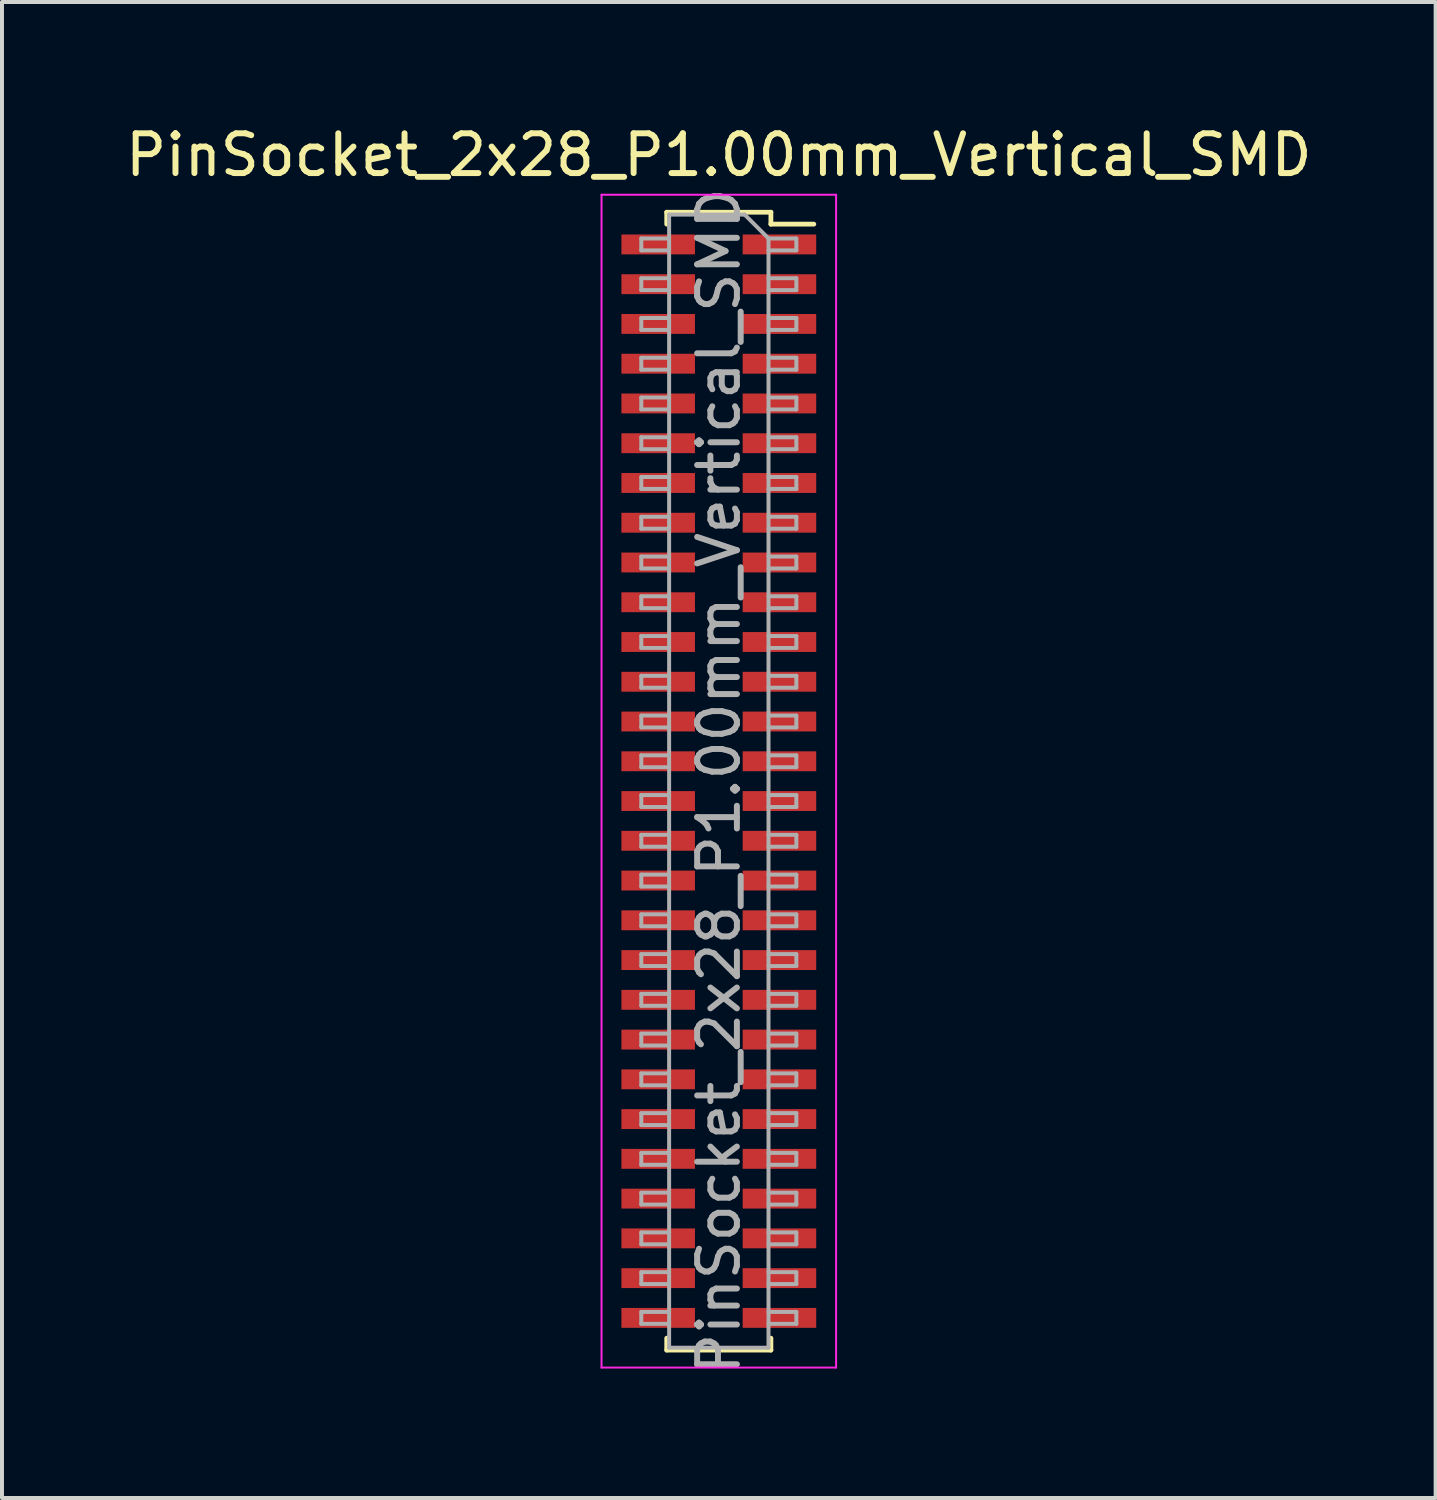
<source format=kicad_pcb>
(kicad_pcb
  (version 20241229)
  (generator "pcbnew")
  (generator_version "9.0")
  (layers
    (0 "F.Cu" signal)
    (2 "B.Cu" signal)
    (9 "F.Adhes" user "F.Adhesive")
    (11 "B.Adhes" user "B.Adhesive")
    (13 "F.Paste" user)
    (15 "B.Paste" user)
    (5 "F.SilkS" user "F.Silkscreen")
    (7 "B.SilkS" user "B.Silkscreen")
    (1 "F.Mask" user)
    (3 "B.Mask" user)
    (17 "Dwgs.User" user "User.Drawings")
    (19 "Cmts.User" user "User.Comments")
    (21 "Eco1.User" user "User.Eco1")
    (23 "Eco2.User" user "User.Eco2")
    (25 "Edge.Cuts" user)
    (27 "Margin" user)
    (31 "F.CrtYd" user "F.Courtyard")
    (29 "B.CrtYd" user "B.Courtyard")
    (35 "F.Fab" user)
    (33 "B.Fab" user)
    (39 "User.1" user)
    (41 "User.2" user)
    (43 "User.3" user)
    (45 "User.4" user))
  (footprint "PinSocket_2x28_P1.00mm_Vertical_SMD"
    (layer "F.Cu")
    (at 15.03 16.598)
    (property "Reference" "PinSocket_2x28_P1.00mm_Vertical_SMD" (at 0 -15.75 0) (layer "F.SilkS") (effects (font (size 1 1) (thickness 0.15))))
    (attr smd)
    (fp_line (start -1.31 -14.31) (end -1.31 -14.01) (stroke (width 0.12) (type solid)) (layer "F.SilkS"))
    (fp_line (start -1.31 -14.31) (end 1.31 -14.31) (stroke (width 0.12) (type solid)) (layer "F.SilkS"))
    (fp_line (start -1.31 14.01) (end -1.31 14.31) (stroke (width 0.12) (type solid)) (layer "F.SilkS"))
    (fp_line (start -1.31 14.31) (end 1.31 14.31) (stroke (width 0.12) (type solid)) (layer "F.SilkS"))
    (fp_line (start 1.31 -14.31) (end 1.31 -14.01) (stroke (width 0.12) (type solid)) (layer "F.SilkS"))
    (fp_line (start 1.31 -14.01) (end 2.39 -14.01) (stroke (width 0.12) (type solid)) (layer "F.SilkS"))
    (fp_line (start 1.31 14.01) (end 1.31 14.31) (stroke (width 0.12) (type solid)) (layer "F.SilkS"))
    (fp_line (start -2.95 -14.75) (end 2.95 -14.75) (stroke (width 0.05) (type solid)) (layer "F.CrtYd"))
    (fp_line (start -2.95 14.75) (end -2.95 -14.75) (stroke (width 0.05) (type solid)) (layer "F.CrtYd"))
    (fp_line (start 2.95 -14.75) (end 2.95 14.75) (stroke (width 0.05) (type solid)) (layer "F.CrtYd"))
    (fp_line (start 2.95 14.75) (end -2.95 14.75) (stroke (width 0.05) (type solid)) (layer "F.CrtYd"))
    (fp_line (start -1.95 -13.65) (end -1.25 -13.65) (stroke (width 0.1) (type solid)) (layer "F.Fab"))
    (fp_line (start -1.95 -13.35) (end -1.95 -13.65) (stroke (width 0.1) (type solid)) (layer "F.Fab"))
    (fp_line (start -1.95 -12.65) (end -1.25 -12.65) (stroke (width 0.1) (type solid)) (layer "F.Fab"))
    (fp_line (start -1.95 -12.35) (end -1.95 -12.65) (stroke (width 0.1) (type solid)) (layer "F.Fab"))
    (fp_line (start -1.95 -11.65) (end -1.25 -11.65) (stroke (width 0.1) (type solid)) (layer "F.Fab"))
    (fp_line (start -1.95 -11.35) (end -1.95 -11.65) (stroke (width 0.1) (type solid)) (layer "F.Fab"))
    (fp_line (start -1.95 -10.65) (end -1.25 -10.65) (stroke (width 0.1) (type solid)) (layer "F.Fab"))
    (fp_line (start -1.95 -10.35) (end -1.95 -10.65) (stroke (width 0.1) (type solid)) (layer "F.Fab"))
    (fp_line (start -1.95 -9.65) (end -1.25 -9.65) (stroke (width 0.1) (type solid)) (layer "F.Fab"))
    (fp_line (start -1.95 -9.35) (end -1.95 -9.65) (stroke (width 0.1) (type solid)) (layer "F.Fab"))
    (fp_line (start -1.95 -8.65) (end -1.25 -8.65) (stroke (width 0.1) (type solid)) (layer "F.Fab"))
    (fp_line (start -1.95 -8.35) (end -1.95 -8.65) (stroke (width 0.1) (type solid)) (layer "F.Fab"))
    (fp_line (start -1.95 -7.65) (end -1.25 -7.65) (stroke (width 0.1) (type solid)) (layer "F.Fab"))
    (fp_line (start -1.95 -7.35) (end -1.95 -7.65) (stroke (width 0.1) (type solid)) (layer "F.Fab"))
    (fp_line (start -1.95 -6.65) (end -1.25 -6.65) (stroke (width 0.1) (type solid)) (layer "F.Fab"))
    (fp_line (start -1.95 -6.35) (end -1.95 -6.65) (stroke (width 0.1) (type solid)) (layer "F.Fab"))
    (fp_line (start -1.95 -5.65) (end -1.25 -5.65) (stroke (width 0.1) (type solid)) (layer "F.Fab"))
    (fp_line (start -1.95 -5.35) (end -1.95 -5.65) (stroke (width 0.1) (type solid)) (layer "F.Fab"))
    (fp_line (start -1.95 -4.65) (end -1.25 -4.65) (stroke (width 0.1) (type solid)) (layer "F.Fab"))
    (fp_line (start -1.95 -4.35) (end -1.95 -4.65) (stroke (width 0.1) (type solid)) (layer "F.Fab"))
    (fp_line (start -1.95 -3.65) (end -1.25 -3.65) (stroke (width 0.1) (type solid)) (layer "F.Fab"))
    (fp_line (start -1.95 -3.35) (end -1.95 -3.65) (stroke (width 0.1) (type solid)) (layer "F.Fab"))
    (fp_line (start -1.95 -2.65) (end -1.25 -2.65) (stroke (width 0.1) (type solid)) (layer "F.Fab"))
    (fp_line (start -1.95 -2.35) (end -1.95 -2.65) (stroke (width 0.1) (type solid)) (layer "F.Fab"))
    (fp_line (start -1.95 -1.65) (end -1.25 -1.65) (stroke (width 0.1) (type solid)) (layer "F.Fab"))
    (fp_line (start -1.95 -1.35) (end -1.95 -1.65) (stroke (width 0.1) (type solid)) (layer "F.Fab"))
    (fp_line (start -1.95 -0.65) (end -1.25 -0.65) (stroke (width 0.1) (type solid)) (layer "F.Fab"))
    (fp_line (start -1.95 -0.35) (end -1.95 -0.65) (stroke (width 0.1) (type solid)) (layer "F.Fab"))
    (fp_line (start -1.95 0.35) (end -1.25 0.35) (stroke (width 0.1) (type solid)) (layer "F.Fab"))
    (fp_line (start -1.95 0.65) (end -1.95 0.35) (stroke (width 0.1) (type solid)) (layer "F.Fab"))
    (fp_line (start -1.95 1.35) (end -1.25 1.35) (stroke (width 0.1) (type solid)) (layer "F.Fab"))
    (fp_line (start -1.95 1.65) (end -1.95 1.35) (stroke (width 0.1) (type solid)) (layer "F.Fab"))
    (fp_line (start -1.95 2.35) (end -1.25 2.35) (stroke (width 0.1) (type solid)) (layer "F.Fab"))
    (fp_line (start -1.95 2.65) (end -1.95 2.35) (stroke (width 0.1) (type solid)) (layer "F.Fab"))
    (fp_line (start -1.95 3.35) (end -1.25 3.35) (stroke (width 0.1) (type solid)) (layer "F.Fab"))
    (fp_line (start -1.95 3.65) (end -1.95 3.35) (stroke (width 0.1) (type solid)) (layer "F.Fab"))
    (fp_line (start -1.95 4.35) (end -1.25 4.35) (stroke (width 0.1) (type solid)) (layer "F.Fab"))
    (fp_line (start -1.95 4.65) (end -1.95 4.35) (stroke (width 0.1) (type solid)) (layer "F.Fab"))
    (fp_line (start -1.95 5.35) (end -1.25 5.35) (stroke (width 0.1) (type solid)) (layer "F.Fab"))
    (fp_line (start -1.95 5.65) (end -1.95 5.35) (stroke (width 0.1) (type solid)) (layer "F.Fab"))
    (fp_line (start -1.95 6.35) (end -1.25 6.35) (stroke (width 0.1) (type solid)) (layer "F.Fab"))
    (fp_line (start -1.95 6.65) (end -1.95 6.35) (stroke (width 0.1) (type solid)) (layer "F.Fab"))
    (fp_line (start -1.95 7.35) (end -1.25 7.35) (stroke (width 0.1) (type solid)) (layer "F.Fab"))
    (fp_line (start -1.95 7.65) (end -1.95 7.35) (stroke (width 0.1) (type solid)) (layer "F.Fab"))
    (fp_line (start -1.95 8.35) (end -1.25 8.35) (stroke (width 0.1) (type solid)) (layer "F.Fab"))
    (fp_line (start -1.95 8.65) (end -1.95 8.35) (stroke (width 0.1) (type solid)) (layer "F.Fab"))
    (fp_line (start -1.95 9.35) (end -1.25 9.35) (stroke (width 0.1) (type solid)) (layer "F.Fab"))
    (fp_line (start -1.95 9.65) (end -1.95 9.35) (stroke (width 0.1) (type solid)) (layer "F.Fab"))
    (fp_line (start -1.95 10.35) (end -1.25 10.35) (stroke (width 0.1) (type solid)) (layer "F.Fab"))
    (fp_line (start -1.95 10.65) (end -1.95 10.35) (stroke (width 0.1) (type solid)) (layer "F.Fab"))
    (fp_line (start -1.95 11.35) (end -1.25 11.35) (stroke (width 0.1) (type solid)) (layer "F.Fab"))
    (fp_line (start -1.95 11.65) (end -1.95 11.35) (stroke (width 0.1) (type solid)) (layer "F.Fab"))
    (fp_line (start -1.95 12.35) (end -1.25 12.35) (stroke (width 0.1) (type solid)) (layer "F.Fab"))
    (fp_line (start -1.95 12.65) (end -1.95 12.35) (stroke (width 0.1) (type solid)) (layer "F.Fab"))
    (fp_line (start -1.95 13.35) (end -1.25 13.35) (stroke (width 0.1) (type solid)) (layer "F.Fab"))
    (fp_line (start -1.95 13.65) (end -1.95 13.35) (stroke (width 0.1) (type solid)) (layer "F.Fab"))
    (fp_line (start -1.25 -14.25) (end 0.65 -14.25) (stroke (width 0.1) (type solid)) (layer "F.Fab"))
    (fp_line (start -1.25 -13.35) (end -1.95 -13.35) (stroke (width 0.1) (type solid)) (layer "F.Fab"))
    (fp_line (start -1.25 -12.35) (end -1.95 -12.35) (stroke (width 0.1) (type solid)) (layer "F.Fab"))
    (fp_line (start -1.25 -11.35) (end -1.95 -11.35) (stroke (width 0.1) (type solid)) (layer "F.Fab"))
    (fp_line (start -1.25 -10.35) (end -1.95 -10.35) (stroke (width 0.1) (type solid)) (layer "F.Fab"))
    (fp_line (start -1.25 -9.35) (end -1.95 -9.35) (stroke (width 0.1) (type solid)) (layer "F.Fab"))
    (fp_line (start -1.25 -8.35) (end -1.95 -8.35) (stroke (width 0.1) (type solid)) (layer "F.Fab"))
    (fp_line (start -1.25 -7.35) (end -1.95 -7.35) (stroke (width 0.1) (type solid)) (layer "F.Fab"))
    (fp_line (start -1.25 -6.35) (end -1.95 -6.35) (stroke (width 0.1) (type solid)) (layer "F.Fab"))
    (fp_line (start -1.25 -5.35) (end -1.95 -5.35) (stroke (width 0.1) (type solid)) (layer "F.Fab"))
    (fp_line (start -1.25 -4.35) (end -1.95 -4.35) (stroke (width 0.1) (type solid)) (layer "F.Fab"))
    (fp_line (start -1.25 -3.35) (end -1.95 -3.35) (stroke (width 0.1) (type solid)) (layer "F.Fab"))
    (fp_line (start -1.25 -2.35) (end -1.95 -2.35) (stroke (width 0.1) (type solid)) (layer "F.Fab"))
    (fp_line (start -1.25 -1.35) (end -1.95 -1.35) (stroke (width 0.1) (type solid)) (layer "F.Fab"))
    (fp_line (start -1.25 -0.35) (end -1.95 -0.35) (stroke (width 0.1) (type solid)) (layer "F.Fab"))
    (fp_line (start -1.25 0.65) (end -1.95 0.65) (stroke (width 0.1) (type solid)) (layer "F.Fab"))
    (fp_line (start -1.25 1.65) (end -1.95 1.65) (stroke (width 0.1) (type solid)) (layer "F.Fab"))
    (fp_line (start -1.25 2.65) (end -1.95 2.65) (stroke (width 0.1) (type solid)) (layer "F.Fab"))
    (fp_line (start -1.25 3.65) (end -1.95 3.65) (stroke (width 0.1) (type solid)) (layer "F.Fab"))
    (fp_line (start -1.25 4.65) (end -1.95 4.65) (stroke (width 0.1) (type solid)) (layer "F.Fab"))
    (fp_line (start -1.25 5.65) (end -1.95 5.65) (stroke (width 0.1) (type solid)) (layer "F.Fab"))
    (fp_line (start -1.25 6.65) (end -1.95 6.65) (stroke (width 0.1) (type solid)) (layer "F.Fab"))
    (fp_line (start -1.25 7.65) (end -1.95 7.65) (stroke (width 0.1) (type solid)) (layer "F.Fab"))
    (fp_line (start -1.25 8.65) (end -1.95 8.65) (stroke (width 0.1) (type solid)) (layer "F.Fab"))
    (fp_line (start -1.25 9.65) (end -1.95 9.65) (stroke (width 0.1) (type solid)) (layer "F.Fab"))
    (fp_line (start -1.25 10.65) (end -1.95 10.65) (stroke (width 0.1) (type solid)) (layer "F.Fab"))
    (fp_line (start -1.25 11.65) (end -1.95 11.65) (stroke (width 0.1) (type solid)) (layer "F.Fab"))
    (fp_line (start -1.25 12.65) (end -1.95 12.65) (stroke (width 0.1) (type solid)) (layer "F.Fab"))
    (fp_line (start -1.25 13.65) (end -1.95 13.65) (stroke (width 0.1) (type solid)) (layer "F.Fab"))
    (fp_line (start -1.25 14.25) (end -1.25 -14.25) (stroke (width 0.1) (type solid)) (layer "F.Fab"))
    (fp_line (start 0.65 -14.25) (end 1.25 -13.65) (stroke (width 0.1) (type solid)) (layer "F.Fab"))
    (fp_line (start 1.25 -13.65) (end 1.25 14.25) (stroke (width 0.1) (type solid)) (layer "F.Fab"))
    (fp_line (start 1.25 -13.65) (end 1.95 -13.65) (stroke (width 0.1) (type solid)) (layer "F.Fab"))
    (fp_line (start 1.25 -12.65) (end 1.95 -12.65) (stroke (width 0.1) (type solid)) (layer "F.Fab"))
    (fp_line (start 1.25 -11.65) (end 1.95 -11.65) (stroke (width 0.1) (type solid)) (layer "F.Fab"))
    (fp_line (start 1.25 -10.65) (end 1.95 -10.65) (stroke (width 0.1) (type solid)) (layer "F.Fab"))
    (fp_line (start 1.25 -9.65) (end 1.95 -9.65) (stroke (width 0.1) (type solid)) (layer "F.Fab"))
    (fp_line (start 1.25 -8.65) (end 1.95 -8.65) (stroke (width 0.1) (type solid)) (layer "F.Fab"))
    (fp_line (start 1.25 -7.65) (end 1.95 -7.65) (stroke (width 0.1) (type solid)) (layer "F.Fab"))
    (fp_line (start 1.25 -6.65) (end 1.95 -6.65) (stroke (width 0.1) (type solid)) (layer "F.Fab"))
    (fp_line (start 1.25 -5.65) (end 1.95 -5.65) (stroke (width 0.1) (type solid)) (layer "F.Fab"))
    (fp_line (start 1.25 -4.65) (end 1.95 -4.65) (stroke (width 0.1) (type solid)) (layer "F.Fab"))
    (fp_line (start 1.25 -3.65) (end 1.95 -3.65) (stroke (width 0.1) (type solid)) (layer "F.Fab"))
    (fp_line (start 1.25 -2.65) (end 1.95 -2.65) (stroke (width 0.1) (type solid)) (layer "F.Fab"))
    (fp_line (start 1.25 -1.65) (end 1.95 -1.65) (stroke (width 0.1) (type solid)) (layer "F.Fab"))
    (fp_line (start 1.25 -0.65) (end 1.95 -0.65) (stroke (width 0.1) (type solid)) (layer "F.Fab"))
    (fp_line (start 1.25 0.35) (end 1.95 0.35) (stroke (width 0.1) (type solid)) (layer "F.Fab"))
    (fp_line (start 1.25 1.35) (end 1.95 1.35) (stroke (width 0.1) (type solid)) (layer "F.Fab"))
    (fp_line (start 1.25 2.35) (end 1.95 2.35) (stroke (width 0.1) (type solid)) (layer "F.Fab"))
    (fp_line (start 1.25 3.35) (end 1.95 3.35) (stroke (width 0.1) (type solid)) (layer "F.Fab"))
    (fp_line (start 1.25 4.35) (end 1.95 4.35) (stroke (width 0.1) (type solid)) (layer "F.Fab"))
    (fp_line (start 1.25 5.35) (end 1.95 5.35) (stroke (width 0.1) (type solid)) (layer "F.Fab"))
    (fp_line (start 1.25 6.35) (end 1.95 6.35) (stroke (width 0.1) (type solid)) (layer "F.Fab"))
    (fp_line (start 1.25 7.35) (end 1.95 7.35) (stroke (width 0.1) (type solid)) (layer "F.Fab"))
    (fp_line (start 1.25 8.35) (end 1.95 8.35) (stroke (width 0.1) (type solid)) (layer "F.Fab"))
    (fp_line (start 1.25 9.35) (end 1.95 9.35) (stroke (width 0.1) (type solid)) (layer "F.Fab"))
    (fp_line (start 1.25 10.35) (end 1.95 10.35) (stroke (width 0.1) (type solid)) (layer "F.Fab"))
    (fp_line (start 1.25 11.35) (end 1.95 11.35) (stroke (width 0.1) (type solid)) (layer "F.Fab"))
    (fp_line (start 1.25 12.35) (end 1.95 12.35) (stroke (width 0.1) (type solid)) (layer "F.Fab"))
    (fp_line (start 1.25 13.35) (end 1.95 13.35) (stroke (width 0.1) (type solid)) (layer "F.Fab"))
    (fp_line (start 1.25 14.25) (end -1.25 14.25) (stroke (width 0.1) (type solid)) (layer "F.Fab"))
    (fp_line (start 1.95 -13.65) (end 1.95 -13.35) (stroke (width 0.1) (type solid)) (layer "F.Fab"))
    (fp_line (start 1.95 -13.35) (end 1.25 -13.35) (stroke (width 0.1) (type solid)) (layer "F.Fab"))
    (fp_line (start 1.95 -12.65) (end 1.95 -12.35) (stroke (width 0.1) (type solid)) (layer "F.Fab"))
    (fp_line (start 1.95 -12.35) (end 1.25 -12.35) (stroke (width 0.1) (type solid)) (layer "F.Fab"))
    (fp_line (start 1.95 -11.65) (end 1.95 -11.35) (stroke (width 0.1) (type solid)) (layer "F.Fab"))
    (fp_line (start 1.95 -11.35) (end 1.25 -11.35) (stroke (width 0.1) (type solid)) (layer "F.Fab"))
    (fp_line (start 1.95 -10.65) (end 1.95 -10.35) (stroke (width 0.1) (type solid)) (layer "F.Fab"))
    (fp_line (start 1.95 -10.35) (end 1.25 -10.35) (stroke (width 0.1) (type solid)) (layer "F.Fab"))
    (fp_line (start 1.95 -9.65) (end 1.95 -9.35) (stroke (width 0.1) (type solid)) (layer "F.Fab"))
    (fp_line (start 1.95 -9.35) (end 1.25 -9.35) (stroke (width 0.1) (type solid)) (layer "F.Fab"))
    (fp_line (start 1.95 -8.65) (end 1.95 -8.35) (stroke (width 0.1) (type solid)) (layer "F.Fab"))
    (fp_line (start 1.95 -8.35) (end 1.25 -8.35) (stroke (width 0.1) (type solid)) (layer "F.Fab"))
    (fp_line (start 1.95 -7.65) (end 1.95 -7.35) (stroke (width 0.1) (type solid)) (layer "F.Fab"))
    (fp_line (start 1.95 -7.35) (end 1.25 -7.35) (stroke (width 0.1) (type solid)) (layer "F.Fab"))
    (fp_line (start 1.95 -6.65) (end 1.95 -6.35) (stroke (width 0.1) (type solid)) (layer "F.Fab"))
    (fp_line (start 1.95 -6.35) (end 1.25 -6.35) (stroke (width 0.1) (type solid)) (layer "F.Fab"))
    (fp_line (start 1.95 -5.65) (end 1.95 -5.35) (stroke (width 0.1) (type solid)) (layer "F.Fab"))
    (fp_line (start 1.95 -5.35) (end 1.25 -5.35) (stroke (width 0.1) (type solid)) (layer "F.Fab"))
    (fp_line (start 1.95 -4.65) (end 1.95 -4.35) (stroke (width 0.1) (type solid)) (layer "F.Fab"))
    (fp_line (start 1.95 -4.35) (end 1.25 -4.35) (stroke (width 0.1) (type solid)) (layer "F.Fab"))
    (fp_line (start 1.95 -3.65) (end 1.95 -3.35) (stroke (width 0.1) (type solid)) (layer "F.Fab"))
    (fp_line (start 1.95 -3.35) (end 1.25 -3.35) (stroke (width 0.1) (type solid)) (layer "F.Fab"))
    (fp_line (start 1.95 -2.65) (end 1.95 -2.35) (stroke (width 0.1) (type solid)) (layer "F.Fab"))
    (fp_line (start 1.95 -2.35) (end 1.25 -2.35) (stroke (width 0.1) (type solid)) (layer "F.Fab"))
    (fp_line (start 1.95 -1.65) (end 1.95 -1.35) (stroke (width 0.1) (type solid)) (layer "F.Fab"))
    (fp_line (start 1.95 -1.35) (end 1.25 -1.35) (stroke (width 0.1) (type solid)) (layer "F.Fab"))
    (fp_line (start 1.95 -0.65) (end 1.95 -0.35) (stroke (width 0.1) (type solid)) (layer "F.Fab"))
    (fp_line (start 1.95 -0.35) (end 1.25 -0.35) (stroke (width 0.1) (type solid)) (layer "F.Fab"))
    (fp_line (start 1.95 0.35) (end 1.95 0.65) (stroke (width 0.1) (type solid)) (layer "F.Fab"))
    (fp_line (start 1.95 0.65) (end 1.25 0.65) (stroke (width 0.1) (type solid)) (layer "F.Fab"))
    (fp_line (start 1.95 1.35) (end 1.95 1.65) (stroke (width 0.1) (type solid)) (layer "F.Fab"))
    (fp_line (start 1.95 1.65) (end 1.25 1.65) (stroke (width 0.1) (type solid)) (layer "F.Fab"))
    (fp_line (start 1.95 2.35) (end 1.95 2.65) (stroke (width 0.1) (type solid)) (layer "F.Fab"))
    (fp_line (start 1.95 2.65) (end 1.25 2.65) (stroke (width 0.1) (type solid)) (layer "F.Fab"))
    (fp_line (start 1.95 3.35) (end 1.95 3.65) (stroke (width 0.1) (type solid)) (layer "F.Fab"))
    (fp_line (start 1.95 3.65) (end 1.25 3.65) (stroke (width 0.1) (type solid)) (layer "F.Fab"))
    (fp_line (start 1.95 4.35) (end 1.95 4.65) (stroke (width 0.1) (type solid)) (layer "F.Fab"))
    (fp_line (start 1.95 4.65) (end 1.25 4.65) (stroke (width 0.1) (type solid)) (layer "F.Fab"))
    (fp_line (start 1.95 5.35) (end 1.95 5.65) (stroke (width 0.1) (type solid)) (layer "F.Fab"))
    (fp_line (start 1.95 5.65) (end 1.25 5.65) (stroke (width 0.1) (type solid)) (layer "F.Fab"))
    (fp_line (start 1.95 6.35) (end 1.95 6.65) (stroke (width 0.1) (type solid)) (layer "F.Fab"))
    (fp_line (start 1.95 6.65) (end 1.25 6.65) (stroke (width 0.1) (type solid)) (layer "F.Fab"))
    (fp_line (start 1.95 7.35) (end 1.95 7.65) (stroke (width 0.1) (type solid)) (layer "F.Fab"))
    (fp_line (start 1.95 7.65) (end 1.25 7.65) (stroke (width 0.1) (type solid)) (layer "F.Fab"))
    (fp_line (start 1.95 8.35) (end 1.95 8.65) (stroke (width 0.1) (type solid)) (layer "F.Fab"))
    (fp_line (start 1.95 8.65) (end 1.25 8.65) (stroke (width 0.1) (type solid)) (layer "F.Fab"))
    (fp_line (start 1.95 9.35) (end 1.95 9.65) (stroke (width 0.1) (type solid)) (layer "F.Fab"))
    (fp_line (start 1.95 9.65) (end 1.25 9.65) (stroke (width 0.1) (type solid)) (layer "F.Fab"))
    (fp_line (start 1.95 10.35) (end 1.95 10.65) (stroke (width 0.1) (type solid)) (layer "F.Fab"))
    (fp_line (start 1.95 10.65) (end 1.25 10.65) (stroke (width 0.1) (type solid)) (layer "F.Fab"))
    (fp_line (start 1.95 11.35) (end 1.95 11.65) (stroke (width 0.1) (type solid)) (layer "F.Fab"))
    (fp_line (start 1.95 11.65) (end 1.25 11.65) (stroke (width 0.1) (type solid)) (layer "F.Fab"))
    (fp_line (start 1.95 12.35) (end 1.95 12.65) (stroke (width 0.1) (type solid)) (layer "F.Fab"))
    (fp_line (start 1.95 12.65) (end 1.25 12.65) (stroke (width 0.1) (type solid)) (layer "F.Fab"))
    (fp_line (start 1.95 13.35) (end 1.95 13.65) (stroke (width 0.1) (type solid)) (layer "F.Fab"))
    (fp_line (start 1.95 13.65) (end 1.25 13.65) (stroke (width 0.1) (type solid)) (layer "F.Fab"))
    (fp_text user "${REFERENCE}" (at 0 0 90) (layer "F.Fab") (effects (font (size 1 1) (thickness 0.15))))
    (pad "1" smd rect (at 1.525 -13.5) (size 1.85 0.5) (layers "F.Cu" "F.Mask" "F.Paste"))
    (pad "2" smd rect (at -1.525 -13.5) (size 1.85 0.5) (layers "F.Cu" "F.Mask" "F.Paste"))
    (pad "3" smd rect (at 1.525 -12.5) (size 1.85 0.5) (layers "F.Cu" "F.Mask" "F.Paste"))
    (pad "4" smd rect (at -1.525 -12.5) (size 1.85 0.5) (layers "F.Cu" "F.Mask" "F.Paste"))
    (pad "5" smd rect (at 1.525 -11.5) (size 1.85 0.5) (layers "F.Cu" "F.Mask" "F.Paste"))
    (pad "6" smd rect (at -1.525 -11.5) (size 1.85 0.5) (layers "F.Cu" "F.Mask" "F.Paste"))
    (pad "7" smd rect (at 1.525 -10.5) (size 1.85 0.5) (layers "F.Cu" "F.Mask" "F.Paste"))
    (pad "8" smd rect (at -1.525 -10.5) (size 1.85 0.5) (layers "F.Cu" "F.Mask" "F.Paste"))
    (pad "9" smd rect (at 1.525 -9.5) (size 1.85 0.5) (layers "F.Cu" "F.Mask" "F.Paste"))
    (pad "10" smd rect (at -1.525 -9.5) (size 1.85 0.5) (layers "F.Cu" "F.Mask" "F.Paste"))
    (pad "11" smd rect (at 1.525 -8.5) (size 1.85 0.5) (layers "F.Cu" "F.Mask" "F.Paste"))
    (pad "12" smd rect (at -1.525 -8.5) (size 1.85 0.5) (layers "F.Cu" "F.Mask" "F.Paste"))
    (pad "13" smd rect (at 1.525 -7.5) (size 1.85 0.5) (layers "F.Cu" "F.Mask" "F.Paste"))
    (pad "14" smd rect (at -1.525 -7.5) (size 1.85 0.5) (layers "F.Cu" "F.Mask" "F.Paste"))
    (pad "15" smd rect (at 1.525 -6.5) (size 1.85 0.5) (layers "F.Cu" "F.Mask" "F.Paste"))
    (pad "16" smd rect (at -1.525 -6.5) (size 1.85 0.5) (layers "F.Cu" "F.Mask" "F.Paste"))
    (pad "17" smd rect (at 1.525 -5.5) (size 1.85 0.5) (layers "F.Cu" "F.Mask" "F.Paste"))
    (pad "18" smd rect (at -1.525 -5.5) (size 1.85 0.5) (layers "F.Cu" "F.Mask" "F.Paste"))
    (pad "19" smd rect (at 1.525 -4.5) (size 1.85 0.5) (layers "F.Cu" "F.Mask" "F.Paste"))
    (pad "20" smd rect (at -1.525 -4.5) (size 1.85 0.5) (layers "F.Cu" "F.Mask" "F.Paste"))
    (pad "21" smd rect (at 1.525 -3.5) (size 1.85 0.5) (layers "F.Cu" "F.Mask" "F.Paste"))
    (pad "22" smd rect (at -1.525 -3.5) (size 1.85 0.5) (layers "F.Cu" "F.Mask" "F.Paste"))
    (pad "23" smd rect (at 1.525 -2.5) (size 1.85 0.5) (layers "F.Cu" "F.Mask" "F.Paste"))
    (pad "24" smd rect (at -1.525 -2.5) (size 1.85 0.5) (layers "F.Cu" "F.Mask" "F.Paste"))
    (pad "25" smd rect (at 1.525 -1.5) (size 1.85 0.5) (layers "F.Cu" "F.Mask" "F.Paste"))
    (pad "26" smd rect (at -1.525 -1.5) (size 1.85 0.5) (layers "F.Cu" "F.Mask" "F.Paste"))
    (pad "27" smd rect (at 1.525 -0.5) (size 1.85 0.5) (layers "F.Cu" "F.Mask" "F.Paste"))
    (pad "28" smd rect (at -1.525 -0.5) (size 1.85 0.5) (layers "F.Cu" "F.Mask" "F.Paste"))
    (pad "29" smd rect (at 1.525 0.5) (size 1.85 0.5) (layers "F.Cu" "F.Mask" "F.Paste"))
    (pad "30" smd rect (at -1.525 0.5) (size 1.85 0.5) (layers "F.Cu" "F.Mask" "F.Paste"))
    (pad "31" smd rect (at 1.525 1.5) (size 1.85 0.5) (layers "F.Cu" "F.Mask" "F.Paste"))
    (pad "32" smd rect (at -1.525 1.5) (size 1.85 0.5) (layers "F.Cu" "F.Mask" "F.Paste"))
    (pad "33" smd rect (at 1.525 2.5) (size 1.85 0.5) (layers "F.Cu" "F.Mask" "F.Paste"))
    (pad "34" smd rect (at -1.525 2.5) (size 1.85 0.5) (layers "F.Cu" "F.Mask" "F.Paste"))
    (pad "35" smd rect (at 1.525 3.5) (size 1.85 0.5) (layers "F.Cu" "F.Mask" "F.Paste"))
    (pad "36" smd rect (at -1.525 3.5) (size 1.85 0.5) (layers "F.Cu" "F.Mask" "F.Paste"))
    (pad "37" smd rect (at 1.525 4.5) (size 1.85 0.5) (layers "F.Cu" "F.Mask" "F.Paste"))
    (pad "38" smd rect (at -1.525 4.5) (size 1.85 0.5) (layers "F.Cu" "F.Mask" "F.Paste"))
    (pad "39" smd rect (at 1.525 5.5) (size 1.85 0.5) (layers "F.Cu" "F.Mask" "F.Paste"))
    (pad "40" smd rect (at -1.525 5.5) (size 1.85 0.5) (layers "F.Cu" "F.Mask" "F.Paste"))
    (pad "41" smd rect (at 1.525 6.5) (size 1.85 0.5) (layers "F.Cu" "F.Mask" "F.Paste"))
    (pad "42" smd rect (at -1.525 6.5) (size 1.85 0.5) (layers "F.Cu" "F.Mask" "F.Paste"))
    (pad "43" smd rect (at 1.525 7.5) (size 1.85 0.5) (layers "F.Cu" "F.Mask" "F.Paste"))
    (pad "44" smd rect (at -1.525 7.5) (size 1.85 0.5) (layers "F.Cu" "F.Mask" "F.Paste"))
    (pad "45" smd rect (at 1.525 8.5) (size 1.85 0.5) (layers "F.Cu" "F.Mask" "F.Paste"))
    (pad "46" smd rect (at -1.525 8.5) (size 1.85 0.5) (layers "F.Cu" "F.Mask" "F.Paste"))
    (pad "47" smd rect (at 1.525 9.5) (size 1.85 0.5) (layers "F.Cu" "F.Mask" "F.Paste"))
    (pad "48" smd rect (at -1.525 9.5) (size 1.85 0.5) (layers "F.Cu" "F.Mask" "F.Paste"))
    (pad "49" smd rect (at 1.525 10.5) (size 1.85 0.5) (layers "F.Cu" "F.Mask" "F.Paste"))
    (pad "50" smd rect (at -1.525 10.5) (size 1.85 0.5) (layers "F.Cu" "F.Mask" "F.Paste"))
    (pad "51" smd rect (at 1.525 11.5) (size 1.85 0.5) (layers "F.Cu" "F.Mask" "F.Paste"))
    (pad "52" smd rect (at -1.525 11.5) (size 1.85 0.5) (layers "F.Cu" "F.Mask" "F.Paste"))
    (pad "53" smd rect (at 1.525 12.5) (size 1.85 0.5) (layers "F.Cu" "F.Mask" "F.Paste"))
    (pad "54" smd rect (at -1.525 12.5) (size 1.85 0.5) (layers "F.Cu" "F.Mask" "F.Paste"))
    (pad "55" smd rect (at 1.525 13.5) (size 1.85 0.5) (layers "F.Cu" "F.Mask" "F.Paste"))
    (pad "56" smd rect (at -1.525 13.5) (size 1.85 0.5) (layers "F.Cu" "F.Mask" "F.Paste")))
  (gr_rect
    (start -3 -3)
    (end 33.06 34.628)
    (stroke (width 0.1) (type default))
    (fill no)
    (layer "Edge.Cuts")))
</source>
